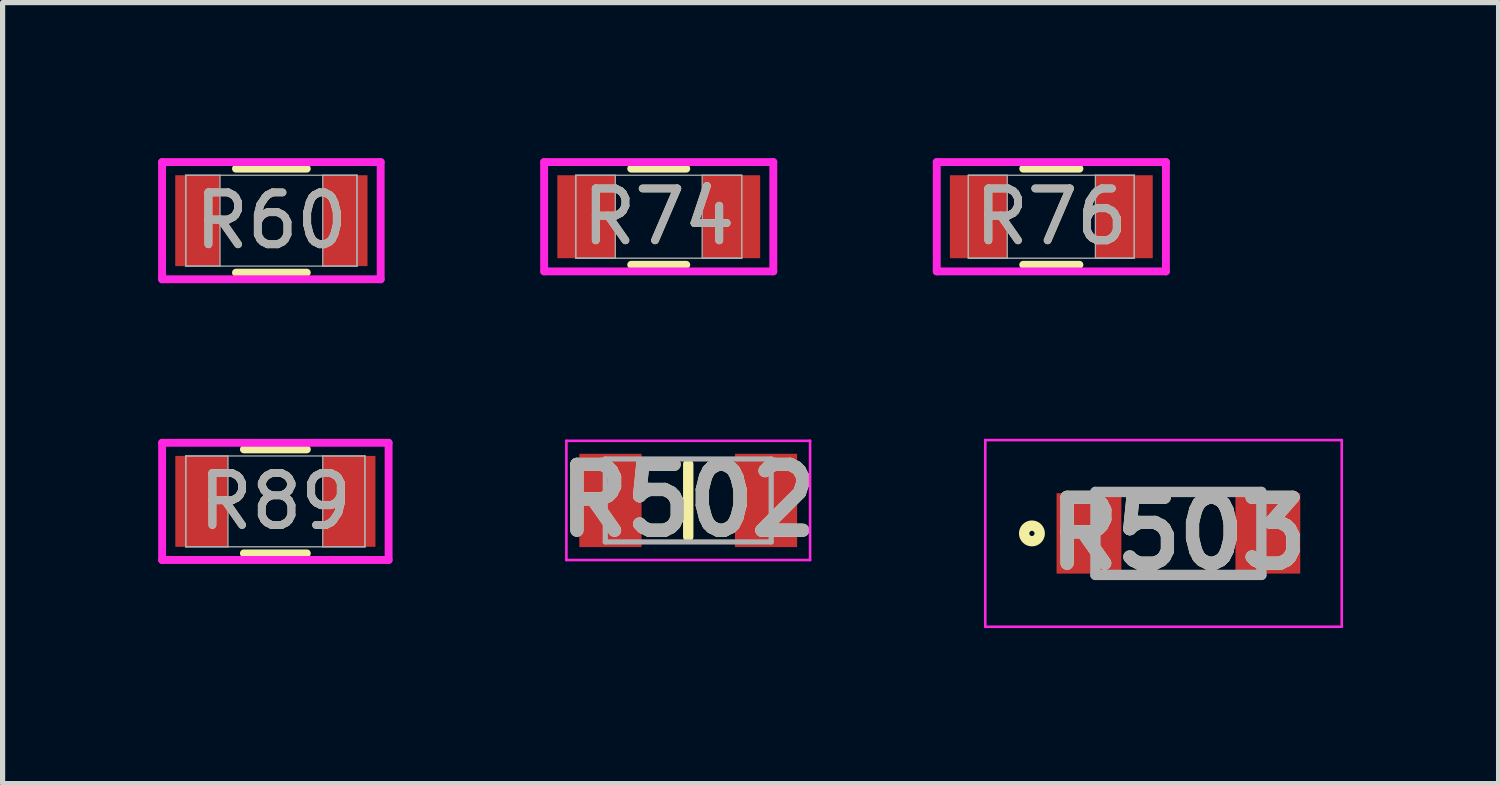
<source format=kicad_pcb>
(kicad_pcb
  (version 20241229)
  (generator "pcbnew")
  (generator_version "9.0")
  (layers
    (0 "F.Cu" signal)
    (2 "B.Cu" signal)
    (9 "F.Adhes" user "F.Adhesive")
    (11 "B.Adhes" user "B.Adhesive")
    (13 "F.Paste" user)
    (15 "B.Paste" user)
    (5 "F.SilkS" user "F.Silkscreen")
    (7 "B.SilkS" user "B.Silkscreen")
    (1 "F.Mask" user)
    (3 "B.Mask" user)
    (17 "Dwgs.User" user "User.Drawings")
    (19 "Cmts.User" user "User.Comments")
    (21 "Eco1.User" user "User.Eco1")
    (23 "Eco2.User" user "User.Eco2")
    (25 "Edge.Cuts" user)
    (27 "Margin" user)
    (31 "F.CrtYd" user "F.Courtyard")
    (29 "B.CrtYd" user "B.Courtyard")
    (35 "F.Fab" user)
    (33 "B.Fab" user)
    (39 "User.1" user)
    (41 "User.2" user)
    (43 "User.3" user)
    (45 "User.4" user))
  (footprint "R503"
    (layer "F.Cu")
    (at 19.678 7.238)
    (property "Reference" "R503" (at 0 0 0) (layer "F.SilkS") (effects (font (size 1.27 1.27) (thickness 0.254))))
    (attr smd)
    (fp_circle (center -2.825 0) (end -2.825 0.05) (stroke (width 0.2) (type solid)) (fill no) (layer "F.SilkS"))
    (fp_line (start -3.725 -1.8) (end 3.15 -1.8) (stroke (width 0.05) (type solid)) (layer "F.CrtYd"))
    (fp_line (start -3.725 1.8) (end -3.725 -1.8) (stroke (width 0.05) (type solid)) (layer "F.CrtYd"))
    (fp_line (start 3.15 -1.8) (end 3.15 1.8) (stroke (width 0.05) (type solid)) (layer "F.CrtYd"))
    (fp_line (start 3.15 1.8) (end -3.725 1.8) (stroke (width 0.05) (type solid)) (layer "F.CrtYd"))
    (fp_line (start -1.6 -0.8) (end 1.6 -0.8) (stroke (width 0.2) (type solid)) (layer "F.Fab"))
    (fp_line (start -1.6 0.8) (end -1.6 -0.8) (stroke (width 0.2) (type solid)) (layer "F.Fab"))
    (fp_line (start 1.6 -0.8) (end 1.6 0.8) (stroke (width 0.2) (type solid)) (layer "F.Fab"))
    (fp_line (start 1.6 0.8) (end -1.6 0.8) (stroke (width 0.2) (type solid)) (layer "F.Fab"))
    (fp_text user "${REFERENCE}" (at 0 0 0) (layer "F.Fab") (effects (font (size 1.27 1.27) (thickness 0.254))))
    (pad "1" smd rect (at -1.725 0) (size 1.25 1.55) (layers "F.Cu" "F.Mask" "F.Paste"))
    (pad "2" smd rect (at 1.725 0) (size 1.25 1.55) (layers "F.Cu" "F.Mask" "F.Paste")))
  (footprint "R76"
    (layer "F.Cu")
    (at 17.227 1.13)
    (property "Reference" "R76" (at 0 0 0) (unlocked yes) (layer "F.SilkS") (effects (font (size 1 1) (thickness 0.15))))
    (attr smd)
    (fp_line (start -0.542 0.927) (end 0.542 0.927) (stroke (width 0.152) (type solid)) (layer "F.SilkS"))
    (fp_line (start 0.542 -0.927) (end -0.542 -0.927) (stroke (width 0.152) (type solid)) (layer "F.SilkS"))
    (fp_line (start -2.21 -1.054) (end 2.21 -1.054) (stroke (width 0.152) (type solid)) (layer "F.CrtYd"))
    (fp_line (start -2.21 1.054) (end -2.21 -1.054) (stroke (width 0.152) (type solid)) (layer "F.CrtYd"))
    (fp_line (start 2.21 -1.054) (end 2.21 1.054) (stroke (width 0.152) (type solid)) (layer "F.CrtYd"))
    (fp_line (start 2.21 1.054) (end -2.21 1.054) (stroke (width 0.152) (type solid)) (layer "F.CrtYd"))
    (fp_line (start -1.6 -0.8) (end -1.6 0.8) (stroke (width 0.025) (type solid)) (layer "F.Fab"))
    (fp_line (start -1.6 -0.8) (end -1.6 0.8) (stroke (width 0.025) (type solid)) (layer "F.Fab"))
    (fp_line (start -1.6 0.8) (end -0.85 0.8) (stroke (width 0.025) (type solid)) (layer "F.Fab"))
    (fp_line (start -1.6 0.8) (end 1.6 0.8) (stroke (width 0.025) (type solid)) (layer "F.Fab"))
    (fp_line (start -0.85 -0.8) (end -1.6 -0.8) (stroke (width 0.025) (type solid)) (layer "F.Fab"))
    (fp_line (start -0.85 0.8) (end -0.85 -0.8) (stroke (width 0.025) (type solid)) (layer "F.Fab"))
    (fp_line (start 0.85 -0.8) (end 0.85 0.8) (stroke (width 0.025) (type solid)) (layer "F.Fab"))
    (fp_line (start 0.85 0.8) (end 1.6 0.8) (stroke (width 0.025) (type solid)) (layer "F.Fab"))
    (fp_line (start 1.6 -0.8) (end -1.6 -0.8) (stroke (width 0.025) (type solid)) (layer "F.Fab"))
    (fp_line (start 1.6 -0.8) (end 0.85 -0.8) (stroke (width 0.025) (type solid)) (layer "F.Fab"))
    (fp_line (start 1.6 0.8) (end 1.6 -0.8) (stroke (width 0.025) (type solid)) (layer "F.Fab"))
    (fp_line (start 1.6 0.8) (end 1.6 -0.8) (stroke (width 0.025) (type solid)) (layer "F.Fab"))
    (fp_text user "${REFERENCE}" (at 0 0 0) (unlocked yes) (layer "F.Fab") (effects (font (size 1 1) (thickness 0.15))))
    (pad "1" smd rect (at -1.403 0) (size 1.106 1.6) (layers "F.Cu" "F.Mask" "F.Paste"))
    (pad "2" smd rect (at 1.403 0) (size 1.106 1.6) (layers "F.Cu" "F.Mask" "F.Paste"))
    (zone (net_name "") (layer "F.Cu") (hatch full 0.508) (connect_pads) (min_thickness 0.254) (filled_areas_thickness no) (keepout (tracks not_allowed) (vias not_allowed) (pads allowed) (copperpour not_allowed) (footprints allowed)) (placement (enabled no)) (fill) (polygon (pts (xy 16.427 0.381) (xy 18.026 0.381) (xy 18.026 1.879) (xy 16.427 1.879)))))
  (footprint "R89"
    (layer "F.Cu")
    (at 2.261 6.62)
    (property "Reference" "R89" (at 0 0 0) (unlocked yes) (layer "F.SilkS") (effects (font (size 1 1) (thickness 0.15))))
    (attr smd)
    (fp_line (start -0.607 1.003) (end 0.607 1.003) (stroke (width 0.152) (type solid)) (layer "F.SilkS"))
    (fp_line (start 0.607 -1.003) (end -0.607 -1.003) (stroke (width 0.152) (type solid)) (layer "F.SilkS"))
    (fp_line (start -2.184 -1.13) (end 2.184 -1.13) (stroke (width 0.152) (type solid)) (layer "F.CrtYd"))
    (fp_line (start -2.184 1.13) (end -2.184 -1.13) (stroke (width 0.152) (type solid)) (layer "F.CrtYd"))
    (fp_line (start 2.184 -1.13) (end 2.184 1.13) (stroke (width 0.152) (type solid)) (layer "F.CrtYd"))
    (fp_line (start 2.184 1.13) (end -2.184 1.13) (stroke (width 0.152) (type solid)) (layer "F.CrtYd"))
    (fp_line (start -1.727 -0.876) (end -1.727 0.876) (stroke (width 0.025) (type solid)) (layer "F.Fab"))
    (fp_line (start -1.727 -0.876) (end -1.727 0.876) (stroke (width 0.025) (type solid)) (layer "F.Fab"))
    (fp_line (start -1.727 0.876) (end -0.914 0.876) (stroke (width 0.025) (type solid)) (layer "F.Fab"))
    (fp_line (start -1.727 0.876) (end 1.727 0.876) (stroke (width 0.025) (type solid)) (layer "F.Fab"))
    (fp_line (start -0.914 -0.876) (end -1.727 -0.876) (stroke (width 0.025) (type solid)) (layer "F.Fab"))
    (fp_line (start -0.914 0.876) (end -0.914 -0.876) (stroke (width 0.025) (type solid)) (layer "F.Fab"))
    (fp_line (start 0.914 -0.876) (end 0.914 0.876) (stroke (width 0.025) (type solid)) (layer "F.Fab"))
    (fp_line (start 0.914 0.876) (end 1.727 0.876) (stroke (width 0.025) (type solid)) (layer "F.Fab"))
    (fp_line (start 1.727 -0.876) (end -1.727 -0.876) (stroke (width 0.025) (type solid)) (layer "F.Fab"))
    (fp_line (start 1.727 -0.876) (end 0.914 -0.876) (stroke (width 0.025) (type solid)) (layer "F.Fab"))
    (fp_line (start 1.727 0.876) (end 1.727 -0.876) (stroke (width 0.025) (type solid)) (layer "F.Fab"))
    (fp_line (start 1.727 0.876) (end 1.727 -0.876) (stroke (width 0.025) (type solid)) (layer "F.Fab"))
    (fp_text user "${REFERENCE}" (at 0 0 0) (unlocked yes) (layer "F.Fab") (effects (font (size 1 1) (thickness 0.15))))
    (pad "1" smd rect (at -1.422 0) (size 1.016 1.753) (layers "F.Cu" "F.Mask" "F.Paste"))
    (pad "2" smd rect (at 1.422 0) (size 1.016 1.753) (layers "F.Cu" "F.Mask" "F.Paste"))
    (zone (net_name "") (layer "F.Cu") (hatch full 0.508) (connect_pads) (min_thickness 0.254) (filled_areas_thickness no) (keepout (tracks not_allowed) (vias not_allowed) (pads allowed) (copperpour not_allowed) (footprints allowed)) (placement (enabled no)) (fill) (polygon (pts (xy 1.397 5.794) (xy 3.124 5.794) (xy 3.124 7.445) (xy 1.397 7.445)))))
  (footprint "R502"
    (layer "F.Cu")
    (at 10.224 6.602)
    (property "Reference" "R502" (at 0 0 0) (layer "F.SilkS") (effects (font (size 1.27 1.27) (thickness 0.254))))
    (attr smd)
    (fp_line (start 0 -0.7) (end 0 0.7) (stroke (width 0.2) (type solid)) (layer "F.SilkS"))
    (fp_line (start -2.35 -1.15) (end 2.35 -1.15) (stroke (width 0.05) (type solid)) (layer "F.CrtYd"))
    (fp_line (start -2.35 1.15) (end -2.35 -1.15) (stroke (width 0.05) (type solid)) (layer "F.CrtYd"))
    (fp_line (start 2.35 -1.15) (end 2.35 1.15) (stroke (width 0.05) (type solid)) (layer "F.CrtYd"))
    (fp_line (start 2.35 1.15) (end -2.35 1.15) (stroke (width 0.05) (type solid)) (layer "F.CrtYd"))
    (fp_line (start -1.6 -0.8) (end 1.6 -0.8) (stroke (width 0.1) (type solid)) (layer "F.Fab"))
    (fp_line (start -1.6 0.8) (end -1.6 -0.8) (stroke (width 0.1) (type solid)) (layer "F.Fab"))
    (fp_line (start 1.6 -0.8) (end 1.6 0.8) (stroke (width 0.1) (type solid)) (layer "F.Fab"))
    (fp_line (start 1.6 0.8) (end -1.6 0.8) (stroke (width 0.1) (type solid)) (layer "F.Fab"))
    (fp_text user "${REFERENCE}" (at 0 0 0) (layer "F.Fab") (effects (font (size 1.27 1.27) (thickness 0.254))))
    (pad "1" smd rect (at -1.5 0) (size 1.2 1.8) (layers "F.Cu" "F.Mask" "F.Paste"))
    (pad "2" smd rect (at 1.5 0) (size 1.2 1.8) (layers "F.Cu" "F.Mask" "F.Paste")))
  (footprint "R60"
    (layer "F.Cu")
    (at 2.184 1.206)
    (property "Reference" "R60" (at 0 0 0) (unlocked yes) (layer "F.SilkS") (effects (font (size 1 1) (thickness 0.15))))
    (attr smd)
    (fp_line (start -0.683 1.003) (end 0.683 1.003) (stroke (width 0.152) (type solid)) (layer "F.SilkS"))
    (fp_line (start 0.683 -1.003) (end -0.683 -1.003) (stroke (width 0.152) (type solid)) (layer "F.SilkS"))
    (fp_line (start -2.108 -1.13) (end 2.108 -1.13) (stroke (width 0.152) (type solid)) (layer "F.CrtYd"))
    (fp_line (start -2.108 1.13) (end -2.108 -1.13) (stroke (width 0.152) (type solid)) (layer "F.CrtYd"))
    (fp_line (start 2.108 -1.13) (end 2.108 1.13) (stroke (width 0.152) (type solid)) (layer "F.CrtYd"))
    (fp_line (start 2.108 1.13) (end -2.108 1.13) (stroke (width 0.152) (type solid)) (layer "F.CrtYd"))
    (fp_line (start -1.651 -0.876) (end -1.651 0.876) (stroke (width 0.025) (type solid)) (layer "F.Fab"))
    (fp_line (start -1.651 -0.876) (end -1.651 0.876) (stroke (width 0.025) (type solid)) (layer "F.Fab"))
    (fp_line (start -1.651 0.876) (end -0.991 0.876) (stroke (width 0.025) (type solid)) (layer "F.Fab"))
    (fp_line (start -1.651 0.876) (end 1.651 0.876) (stroke (width 0.025) (type solid)) (layer "F.Fab"))
    (fp_line (start -0.991 -0.876) (end -1.651 -0.876) (stroke (width 0.025) (type solid)) (layer "F.Fab"))
    (fp_line (start -0.991 0.876) (end -0.991 -0.876) (stroke (width 0.025) (type solid)) (layer "F.Fab"))
    (fp_line (start 0.991 -0.876) (end 0.991 0.876) (stroke (width 0.025) (type solid)) (layer "F.Fab"))
    (fp_line (start 0.991 0.876) (end 1.651 0.876) (stroke (width 0.025) (type solid)) (layer "F.Fab"))
    (fp_line (start 1.651 -0.876) (end -1.651 -0.876) (stroke (width 0.025) (type solid)) (layer "F.Fab"))
    (fp_line (start 1.651 -0.876) (end 0.991 -0.876) (stroke (width 0.025) (type solid)) (layer "F.Fab"))
    (fp_line (start 1.651 0.876) (end 1.651 -0.876) (stroke (width 0.025) (type solid)) (layer "F.Fab"))
    (fp_line (start 1.651 0.876) (end 1.651 -0.876) (stroke (width 0.025) (type solid)) (layer "F.Fab"))
    (fp_text user "${REFERENCE}" (at 0 0 0) (unlocked yes) (layer "F.Fab") (effects (font (size 1 1) (thickness 0.15))))
    (pad "1" smd rect (at -1.422 0) (size 0.864 1.753) (layers "F.Cu" "F.Mask" "F.Paste"))
    (pad "2" smd rect (at 1.422 0) (size 0.864 1.753) (layers "F.Cu" "F.Mask" "F.Paste"))
    (zone (net_name "") (layer "F.Cu") (hatch full 0.508) (connect_pads) (min_thickness 0.254) (filled_areas_thickness no) (keepout (tracks not_allowed) (vias not_allowed) (pads allowed) (copperpour not_allowed) (footprints allowed)) (placement (enabled no)) (fill) (polygon (pts (xy 1.245 0.381) (xy 3.124 0.381) (xy 3.124 2.032) (xy 1.245 2.032)))))
  (footprint "R74"
    (layer "F.Cu")
    (at 9.655 1.13)
    (property "Reference" "R74" (at 0 0 0) (unlocked yes) (layer "F.SilkS") (effects (font (size 1 1) (thickness 0.15))))
    (attr smd)
    (fp_line (start -0.531 0.927) (end 0.531 0.927) (stroke (width 0.152) (type solid)) (layer "F.SilkS"))
    (fp_line (start 0.531 -0.927) (end -0.531 -0.927) (stroke (width 0.152) (type solid)) (layer "F.SilkS"))
    (fp_line (start -2.21 -1.054) (end 2.21 -1.054) (stroke (width 0.152) (type solid)) (layer "F.CrtYd"))
    (fp_line (start -2.21 1.054) (end -2.21 -1.054) (stroke (width 0.152) (type solid)) (layer "F.CrtYd"))
    (fp_line (start 2.21 -1.054) (end 2.21 1.054) (stroke (width 0.152) (type solid)) (layer "F.CrtYd"))
    (fp_line (start 2.21 1.054) (end -2.21 1.054) (stroke (width 0.152) (type solid)) (layer "F.CrtYd"))
    (fp_line (start -1.6 -0.8) (end -1.6 0.8) (stroke (width 0.025) (type solid)) (layer "F.Fab"))
    (fp_line (start -1.6 -0.8) (end -1.6 0.8) (stroke (width 0.025) (type solid)) (layer "F.Fab"))
    (fp_line (start -1.6 0.8) (end -0.838 0.8) (stroke (width 0.025) (type solid)) (layer "F.Fab"))
    (fp_line (start -1.6 0.8) (end 1.6 0.8) (stroke (width 0.025) (type solid)) (layer "F.Fab"))
    (fp_line (start -0.838 -0.8) (end -1.6 -0.8) (stroke (width 0.025) (type solid)) (layer "F.Fab"))
    (fp_line (start -0.838 0.8) (end -0.838 -0.8) (stroke (width 0.025) (type solid)) (layer "F.Fab"))
    (fp_line (start 0.838 -0.8) (end 0.838 0.8) (stroke (width 0.025) (type solid)) (layer "F.Fab"))
    (fp_line (start 0.838 0.8) (end 1.6 0.8) (stroke (width 0.025) (type solid)) (layer "F.Fab"))
    (fp_line (start 1.6 -0.8) (end -1.6 -0.8) (stroke (width 0.025) (type solid)) (layer "F.Fab"))
    (fp_line (start 1.6 -0.8) (end 0.838 -0.8) (stroke (width 0.025) (type solid)) (layer "F.Fab"))
    (fp_line (start 1.6 0.8) (end 1.6 -0.8) (stroke (width 0.025) (type solid)) (layer "F.Fab"))
    (fp_line (start 1.6 0.8) (end 1.6 -0.8) (stroke (width 0.025) (type solid)) (layer "F.Fab"))
    (fp_text user "${REFERENCE}" (at 0 0 0) (unlocked yes) (layer "F.Fab") (effects (font (size 1 1) (thickness 0.15))))
    (pad "1" smd rect (at -1.397 0) (size 1.118 1.6) (layers "F.Cu" "F.Mask" "F.Paste"))
    (pad "2" smd rect (at 1.397 0) (size 1.118 1.6) (layers "F.Cu" "F.Mask" "F.Paste"))
    (zone (net_name "") (layer "F.Cu") (hatch full 0.508) (connect_pads) (min_thickness 0.254) (filled_areas_thickness no) (keepout (tracks not_allowed) (vias not_allowed) (pads allowed) (copperpour not_allowed) (footprints allowed)) (placement (enabled no)) (fill) (polygon (pts (xy 8.867 0.381) (xy 10.442 0.381) (xy 10.442 1.88) (xy 8.867 1.88)))))
  (gr_rect
    (start -3 -3)
    (end 25.853 12.063)
    (stroke (width 0.1) (type default))
    (fill no)
    (layer "Edge.Cuts")))
</source>
